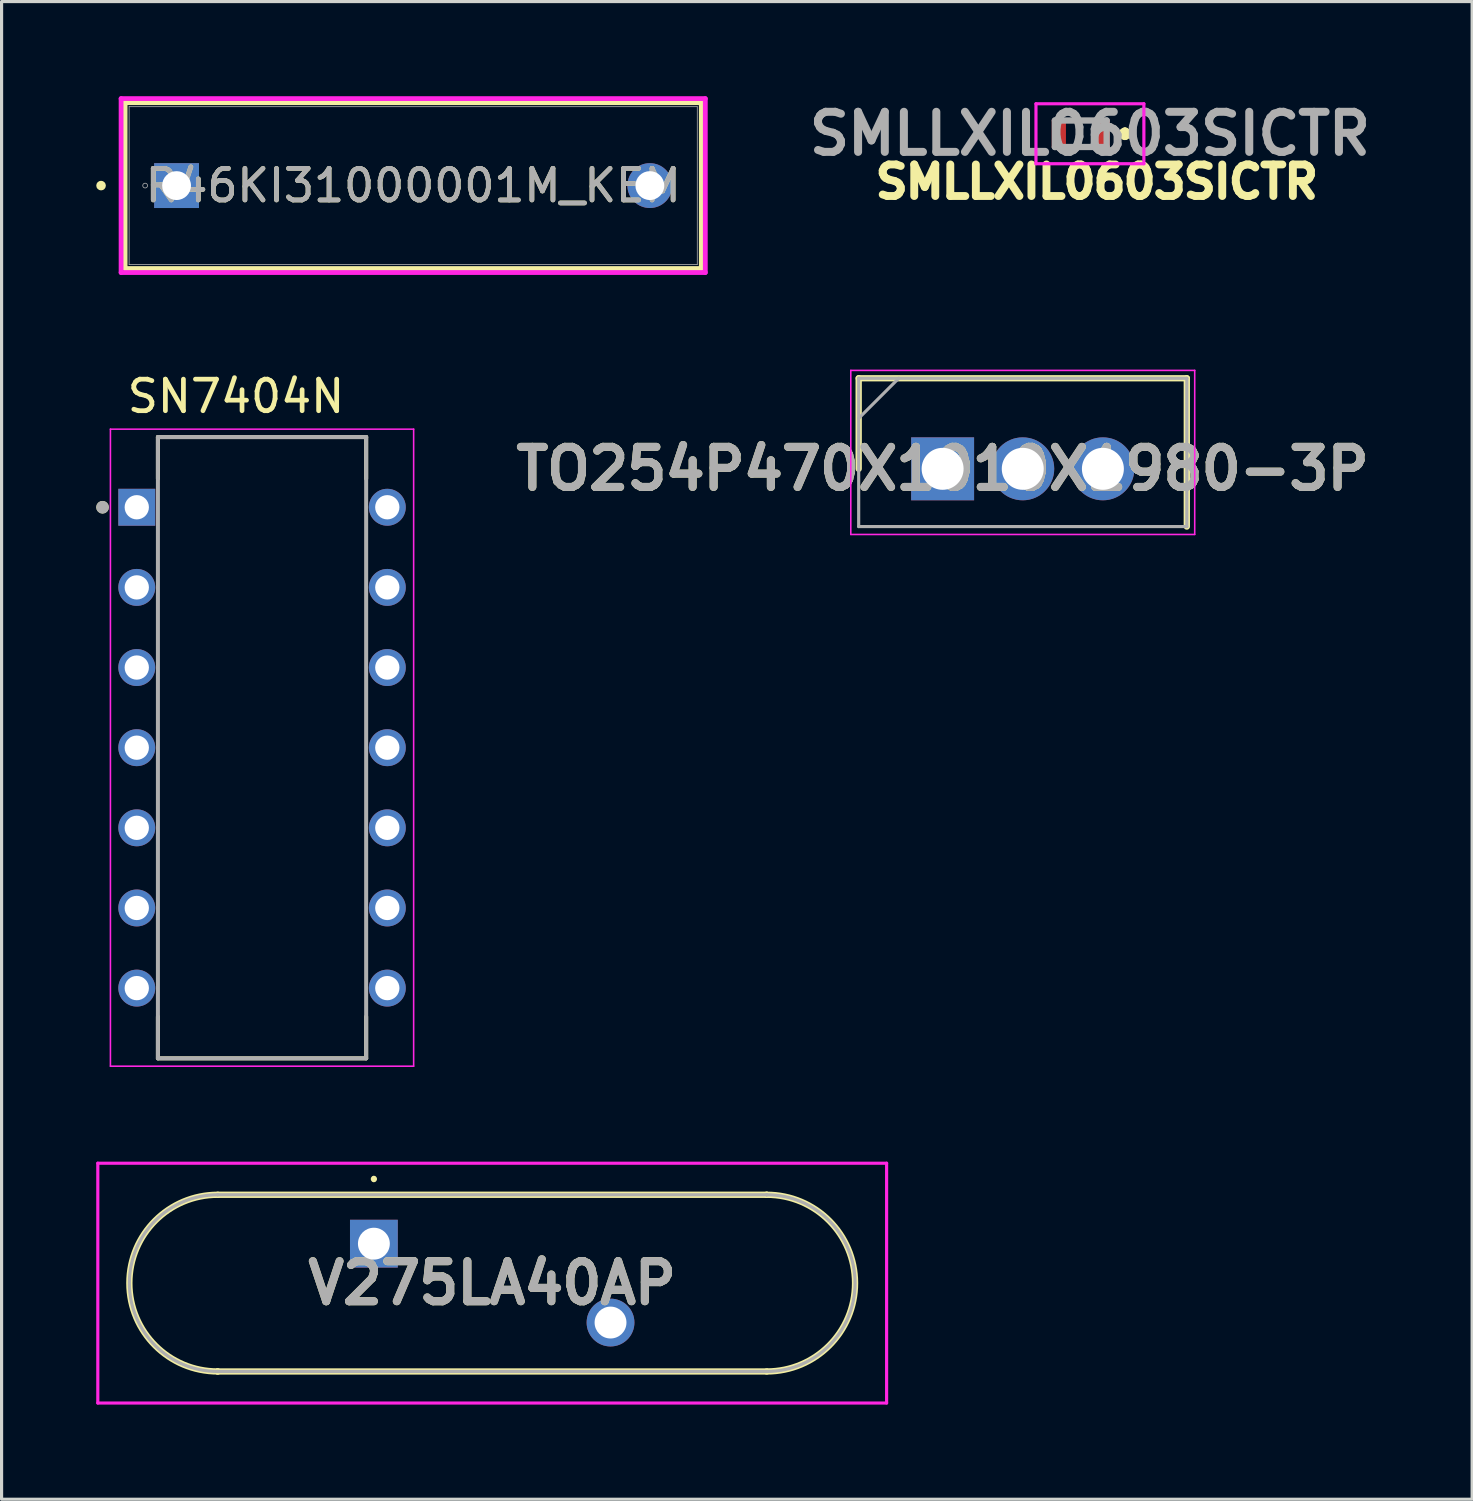
<source format=kicad_pcb>
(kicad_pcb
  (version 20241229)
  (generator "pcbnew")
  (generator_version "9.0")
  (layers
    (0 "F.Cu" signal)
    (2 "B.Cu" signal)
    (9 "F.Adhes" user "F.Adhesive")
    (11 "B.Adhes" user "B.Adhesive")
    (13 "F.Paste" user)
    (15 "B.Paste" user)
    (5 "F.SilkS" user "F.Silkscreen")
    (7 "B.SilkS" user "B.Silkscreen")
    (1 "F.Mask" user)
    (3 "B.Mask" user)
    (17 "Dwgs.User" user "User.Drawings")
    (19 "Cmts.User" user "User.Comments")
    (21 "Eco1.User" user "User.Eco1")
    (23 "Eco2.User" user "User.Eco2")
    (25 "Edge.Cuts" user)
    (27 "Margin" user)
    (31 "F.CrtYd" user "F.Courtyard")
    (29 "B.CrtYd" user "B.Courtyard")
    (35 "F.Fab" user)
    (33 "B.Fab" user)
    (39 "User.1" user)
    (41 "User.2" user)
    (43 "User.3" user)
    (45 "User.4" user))
  (footprint "V275LA40AP"
    (layer "F.Cu")
    (at 8.8 36.367)
    (property "Reference" "V275LA40AP" (at 3.75 1.25 0) (layer "F.SilkS") (effects (font (size 1.27 1.27) (thickness 0.254))))
    (attr through_hole)
    (fp_line (start -4.95 -1.55) (end 12.45 -1.55) (stroke (width 0.2) (type solid)) (layer "F.SilkS"))
    (fp_line (start -4.95 4.05) (end -4.95 4.05) (stroke (width 0.2) (type solid)) (layer "F.SilkS"))
    (fp_line (start 0 -2.1) (end 0 -2.1) (stroke (width 0.1) (type solid)) (layer "F.SilkS"))
    (fp_line (start 0 -2) (end 0 -2) (stroke (width 0.1) (type solid)) (layer "F.SilkS"))
    (fp_line (start 12.45 -1.55) (end 12.45 -1.55) (stroke (width 0.2) (type solid)) (layer "F.SilkS"))
    (fp_line (start 12.45 4.05) (end -4.95 4.05) (stroke (width 0.2) (type solid)) (layer "F.SilkS"))
    (fp_arc (start -4.95 4.05) (mid -7.75 1.25) (end -4.95 -1.55) (stroke (width 0.2) (type solid)) (layer "F.SilkS"))
    (fp_arc (start 0 -2.1) (mid 0.05 -2.05) (end 0 -2) (stroke (width 0.1) (type solid)) (layer "F.SilkS"))
    (fp_arc (start 0 -2) (mid -0.05 -2.05) (end 0 -2.1) (stroke (width 0.1) (type solid)) (layer "F.SilkS"))
    (fp_arc (start 12.45 -1.55) (mid 15.25 1.25) (end 12.45 4.05) (stroke (width 0.2) (type solid)) (layer "F.SilkS"))
    (fp_line (start -8.75 -2.55) (end 16.25 -2.55) (stroke (width 0.1) (type solid)) (layer "F.CrtYd"))
    (fp_line (start -8.75 5.05) (end -8.75 -2.55) (stroke (width 0.1) (type solid)) (layer "F.CrtYd"))
    (fp_line (start 16.25 -2.55) (end 16.25 5.05) (stroke (width 0.1) (type solid)) (layer "F.CrtYd"))
    (fp_line (start 16.25 5.05) (end -8.75 5.05) (stroke (width 0.1) (type solid)) (layer "F.CrtYd"))
    (fp_line (start -4.95 -1.55) (end 12.45 -1.55) (stroke (width 0.1) (type solid)) (layer "F.Fab"))
    (fp_line (start -4.95 4.05) (end -4.95 4.05) (stroke (width 0.1) (type solid)) (layer "F.Fab"))
    (fp_line (start 12.45 -1.55) (end 12.45 -1.55) (stroke (width 0.1) (type solid)) (layer "F.Fab"))
    (fp_line (start 12.45 4.05) (end -4.95 4.05) (stroke (width 0.1) (type solid)) (layer "F.Fab"))
    (fp_arc (start -4.95 4.05) (mid -7.75 1.25) (end -4.95 -1.55) (stroke (width 0.1) (type solid)) (layer "F.Fab"))
    (fp_arc (start 12.45 -1.55) (mid 15.25 1.25) (end 12.45 4.05) (stroke (width 0.1) (type solid)) (layer "F.Fab"))
    (fp_text user "${REFERENCE}" (at 3.75 1.25 0) (layer "F.Fab") (effects (font (size 1.27 1.27) (thickness 0.254))))
    (pad "1" thru_hole rect (at 0 0) (size 1.515 1.515) (drill 1.01) (layers "*.Cu" "*.Mask"))
    (pad "2" thru_hole circle (at 7.5 2.5) (size 1.515 1.515) (drill 1.01) (layers "*.Cu" "*.Mask")))
  (footprint "R46KI31000001M_KEM"
    (layer "F.Cu")
    (at 2.546 2.832)
    (property "Reference" "R46KI31000001M_KEM" (at 7.5 0 0) (unlocked yes) (layer "F.SilkS") (effects (font (size 1 1) (thickness 0.15))))
    (attr through_hole)
    (fp_line (start -1.631 -2.629) (end -1.631 2.629) (stroke (width 0.152) (type solid)) (layer "F.SilkS"))
    (fp_line (start 16.631 -2.629) (end -1.631 -2.629) (stroke (width 0.152) (type solid)) (layer "F.SilkS"))
    (fp_line (start 16.631 -2.629) (end 16.631 2.629) (stroke (width 0.152) (type solid)) (layer "F.SilkS"))
    (fp_line (start 16.631 2.629) (end -1.631 2.629) (stroke (width 0.152) (type solid)) (layer "F.SilkS"))
    (fp_circle (center -2.393 0) (end -2.317 0) (stroke (width 0.152) (type solid)) (fill no) (layer "F.SilkS"))
    (fp_line (start -1.758 -2.756) (end 16.758 -2.756) (stroke (width 0.152) (type solid)) (layer "F.CrtYd"))
    (fp_line (start -1.758 2.756) (end -1.758 -2.756) (stroke (width 0.152) (type solid)) (layer "F.CrtYd"))
    (fp_line (start 16.758 -2.756) (end 16.758 2.756) (stroke (width 0.152) (type solid)) (layer "F.CrtYd"))
    (fp_line (start 16.758 2.756) (end -1.758 2.756) (stroke (width 0.152) (type solid)) (layer "F.CrtYd"))
    (fp_line (start -1.504 -2.502) (end -1.504 2.502) (stroke (width 0.025) (type solid)) (layer "F.Fab"))
    (fp_line (start 16.504 -2.502) (end -1.504 -2.502) (stroke (width 0.025) (type solid)) (layer "F.Fab"))
    (fp_line (start 16.504 -2.502) (end 16.504 2.502) (stroke (width 0.025) (type solid)) (layer "F.Fab"))
    (fp_line (start 16.504 2.502) (end -1.504 2.502) (stroke (width 0.025) (type solid)) (layer "F.Fab"))
    (fp_circle (center -0.996 0) (end -0.92 0) (stroke (width 0.025) (type solid)) (fill no) (layer "F.Fab"))
    (fp_text user "${REFERENCE}" (at 7.5 0 0) (unlocked yes) (layer "F.Fab") (effects (font (size 1 1) (thickness 0.15))))
    (pad "1" thru_hole rect (at 0 0) (size 1.422 1.422) (drill 0.914) (layers "*.Cu" "*.Mask"))
    (pad "2" thru_hole circle (at 15 0) (size 1.422 1.422) (drill 0.914) (layers "*.Cu" "*.Mask")))
  (footprint "TO254P470X1010X1980-3P"
    (layer "F.Cu")
    (at 26.825 11.809)
    (property "Reference" "TO254P470X1010X1980-3P" (at 0 0 0) (layer "F.SilkS") (effects (font (size 1.27 1.27) (thickness 0.254))))
    (attr through_hole)
    (fp_line (start -2.66 -2.87) (end -2.66 0) (stroke (width 0.2) (type solid)) (layer "F.SilkS"))
    (fp_line (start 7.74 -2.87) (end -2.66 -2.87) (stroke (width 0.2) (type solid)) (layer "F.SilkS"))
    (fp_line (start 7.74 1.83) (end 7.74 -2.87) (stroke (width 0.2) (type solid)) (layer "F.SilkS"))
    (fp_line (start -2.91 -3.12) (end 7.99 -3.12) (stroke (width 0.05) (type solid)) (layer "F.CrtYd"))
    (fp_line (start -2.91 2.08) (end -2.91 -3.12) (stroke (width 0.05) (type solid)) (layer "F.CrtYd"))
    (fp_line (start 7.99 -3.12) (end 7.99 2.08) (stroke (width 0.05) (type solid)) (layer "F.CrtYd"))
    (fp_line (start 7.99 2.08) (end -2.91 2.08) (stroke (width 0.05) (type solid)) (layer "F.CrtYd"))
    (fp_line (start -2.66 -2.87) (end 7.74 -2.87) (stroke (width 0.1) (type solid)) (layer "F.Fab"))
    (fp_line (start -2.66 -1.6) (end -1.39 -2.87) (stroke (width 0.1) (type solid)) (layer "F.Fab"))
    (fp_line (start -2.66 1.83) (end -2.66 -2.87) (stroke (width 0.1) (type solid)) (layer "F.Fab"))
    (fp_line (start 7.74 -2.87) (end 7.74 1.83) (stroke (width 0.1) (type solid)) (layer "F.Fab"))
    (fp_line (start 7.74 1.83) (end -2.66 1.83) (stroke (width 0.1) (type solid)) (layer "F.Fab"))
    (fp_text user "${REFERENCE}" (at 0 0 0) (layer "F.Fab") (effects (font (size 1.27 1.27) (thickness 0.254))))
    (pad "1" thru_hole rect (at 0 0) (size 1.995 1.995) (drill 1.33) (layers "*.Cu" "*.Mask"))
    (pad "2" thru_hole circle (at 2.54 0) (size 1.995 1.995) (drill 1.33) (layers "*.Cu" "*.Mask"))
    (pad "3" thru_hole circle (at 5.08 0) (size 1.995 1.995) (drill 1.33) (layers "*.Cu" "*.Mask")))
  (footprint "SN7404N"
    (layer "F.Cu")
    (at 5.255 20.647)
    (property "Reference" "SN7404N" (at -0.825 -11.135 0) (layer "F.SilkS") (effects (font (size 1 1) (thickness 0.15))))
    (attr through_hole)
    (fp_line (start -3.3 -9.845) (end 3.3 -9.845) (stroke (width 0.127) (type solid)) (layer "F.SilkS"))
    (fp_line (start -3.3 -8.525) (end -3.3 -9.845) (stroke (width 0.127) (type solid)) (layer "F.SilkS"))
    (fp_line (start -3.3 9.845) (end -3.3 8.525) (stroke (width 0.127) (type solid)) (layer "F.SilkS"))
    (fp_line (start 3.3 -9.845) (end 3.3 -8.525) (stroke (width 0.127) (type solid)) (layer "F.SilkS"))
    (fp_line (start 3.3 8.525) (end 3.3 9.845) (stroke (width 0.127) (type solid)) (layer "F.SilkS"))
    (fp_line (start 3.3 9.845) (end -3.3 9.845) (stroke (width 0.127) (type solid)) (layer "F.SilkS"))
    (fp_circle (center -5.055 -7.62) (end -4.955 -7.62) (stroke (width 0.2) (type solid)) (fill no) (layer "F.SilkS"))
    (fp_line (start -4.805 -10.095) (end -4.805 10.095) (stroke (width 0.05) (type solid)) (layer "F.CrtYd"))
    (fp_line (start 4.805 -10.095) (end -4.805 -10.095) (stroke (width 0.05) (type solid)) (layer "F.CrtYd"))
    (fp_line (start 4.805 -10.095) (end 4.805 10.095) (stroke (width 0.05) (type solid)) (layer "F.CrtYd"))
    (fp_line (start 4.805 10.095) (end -4.805 10.095) (stroke (width 0.05) (type solid)) (layer "F.CrtYd"))
    (fp_line (start -3.3 -9.845) (end -3.3 9.845) (stroke (width 0.127) (type solid)) (layer "F.Fab"))
    (fp_line (start -3.3 -9.845) (end 3.3 -9.845) (stroke (width 0.127) (type solid)) (layer "F.Fab"))
    (fp_line (start -3.3 9.845) (end 3.3 9.845) (stroke (width 0.127) (type solid)) (layer "F.Fab"))
    (fp_line (start 3.3 -9.845) (end 3.3 9.845) (stroke (width 0.127) (type solid)) (layer "F.Fab"))
    (fp_circle (center -5.055 -7.62) (end -4.955 -7.62) (stroke (width 0.2) (type solid)) (fill no) (layer "F.Fab"))
    (pad "1" thru_hole rect (at -3.97 -7.62) (size 1.17 1.17) (drill 0.77) (layers "*.Cu" "*.Mask"))
    (pad "2" thru_hole circle (at -3.97 -5.08) (size 1.17 1.17) (drill 0.77) (layers "*.Cu" "*.Mask"))
    (pad "3" thru_hole circle (at -3.97 -2.54) (size 1.17 1.17) (drill 0.77) (layers "*.Cu" "*.Mask"))
    (pad "4" thru_hole circle (at -3.97 0) (size 1.17 1.17) (drill 0.77) (layers "*.Cu" "*.Mask"))
    (pad "5" thru_hole circle (at -3.97 2.54) (size 1.17 1.17) (drill 0.77) (layers "*.Cu" "*.Mask"))
    (pad "6" thru_hole circle (at -3.97 5.08) (size 1.17 1.17) (drill 0.77) (layers "*.Cu" "*.Mask"))
    (pad "7" thru_hole circle (at -3.97 7.62) (size 1.17 1.17) (drill 0.77) (layers "*.Cu" "*.Mask"))
    (pad "8" thru_hole circle (at 3.97 7.62) (size 1.17 1.17) (drill 0.77) (layers "*.Cu" "*.Mask"))
    (pad "9" thru_hole circle (at 3.97 5.08) (size 1.17 1.17) (drill 0.77) (layers "*.Cu" "*.Mask"))
    (pad "10" thru_hole circle (at 3.97 2.54) (size 1.17 1.17) (drill 0.77) (layers "*.Cu" "*.Mask"))
    (pad "11" thru_hole circle (at 3.97 0) (size 1.17 1.17) (drill 0.77) (layers "*.Cu" "*.Mask"))
    (pad "12" thru_hole circle (at 3.97 -2.54) (size 1.17 1.17) (drill 0.77) (layers "*.Cu" "*.Mask"))
    (pad "13" thru_hole circle (at 3.97 -5.08) (size 1.17 1.17) (drill 0.77) (layers "*.Cu" "*.Mask"))
    (pad "14" thru_hole circle (at 3.97 -7.62) (size 1.17 1.17) (drill 0.77) (layers "*.Cu" "*.Mask")))
  (footprint "SMLLXIL0603SICTR"
    (layer "F.Cu")
    (at 31.204 1.189)
    (property "Reference" "SMLLXIL0603SICTR" (at 0.508 1.524 0) (layer "F.SilkS") (effects (font (size 1 1) (thickness 0.25))))
    (attr smd)
    (fp_line (start -0.2 -0.42) (end 0.2 -0.42) (stroke (width 0.1) (type solid)) (layer "F.SilkS"))
    (fp_line (start -0.2 0.42) (end 0.2 0.42) (stroke (width 0.1) (type solid)) (layer "F.SilkS"))
    (fp_line (start 1.4 -0.1) (end 1.4 -0.1) (stroke (width 0.2) (type solid)) (layer "F.SilkS"))
    (fp_line (start 1.4 0.1) (end 1.4 0.1) (stroke (width 0.2) (type solid)) (layer "F.SilkS"))
    (fp_arc (start 1.4 -0.1) (mid 1.5 0) (end 1.4 0.1) (stroke (width 0.2) (type solid)) (layer "F.SilkS"))
    (fp_arc (start 1.4 0.1) (mid 1.3 0) (end 1.4 -0.1) (stroke (width 0.2) (type solid)) (layer "F.SilkS"))
    (fp_line (start -1.42 -0.95) (end 2 -0.95) (stroke (width 0.1) (type solid)) (layer "F.CrtYd"))
    (fp_line (start -1.42 0.95) (end -1.42 -0.95) (stroke (width 0.1) (type solid)) (layer "F.CrtYd"))
    (fp_line (start 2 -0.95) (end 2 0.95) (stroke (width 0.1) (type solid)) (layer "F.CrtYd"))
    (fp_line (start 2 0.95) (end -1.42 0.95) (stroke (width 0.1) (type solid)) (layer "F.CrtYd"))
    (fp_line (start -0.82 -0.42) (end 0.82 -0.42) (stroke (width 0.2) (type solid)) (layer "F.Fab"))
    (fp_line (start -0.82 0.42) (end -0.82 -0.42) (stroke (width 0.2) (type solid)) (layer "F.Fab"))
    (fp_line (start 0.82 -0.42) (end 0.82 0.42) (stroke (width 0.2) (type solid)) (layer "F.Fab"))
    (fp_line (start 0.82 0.42) (end -0.82 0.42) (stroke (width 0.2) (type solid)) (layer "F.Fab"))
    (fp_text user "${REFERENCE}" (at 0.29 0 0) (layer "F.Fab") (effects (font (size 1.27 1.27) (thickness 0.254))))
    (pad "1" smd rect (at 0.695 0) (size 0.45 0.9) (layers "F.Cu" "F.Mask" "F.Paste"))
    (pad "2" smd rect (at -0.695 0) (size 0.45 0.9) (layers "F.Cu" "F.Mask" "F.Paste")))
  (gr_rect
    (start -3 -3)
    (end 43.608 44.467)
    (stroke (width 0.1) (type default))
    (fill no)
    (layer "Edge.Cuts")))
</source>
